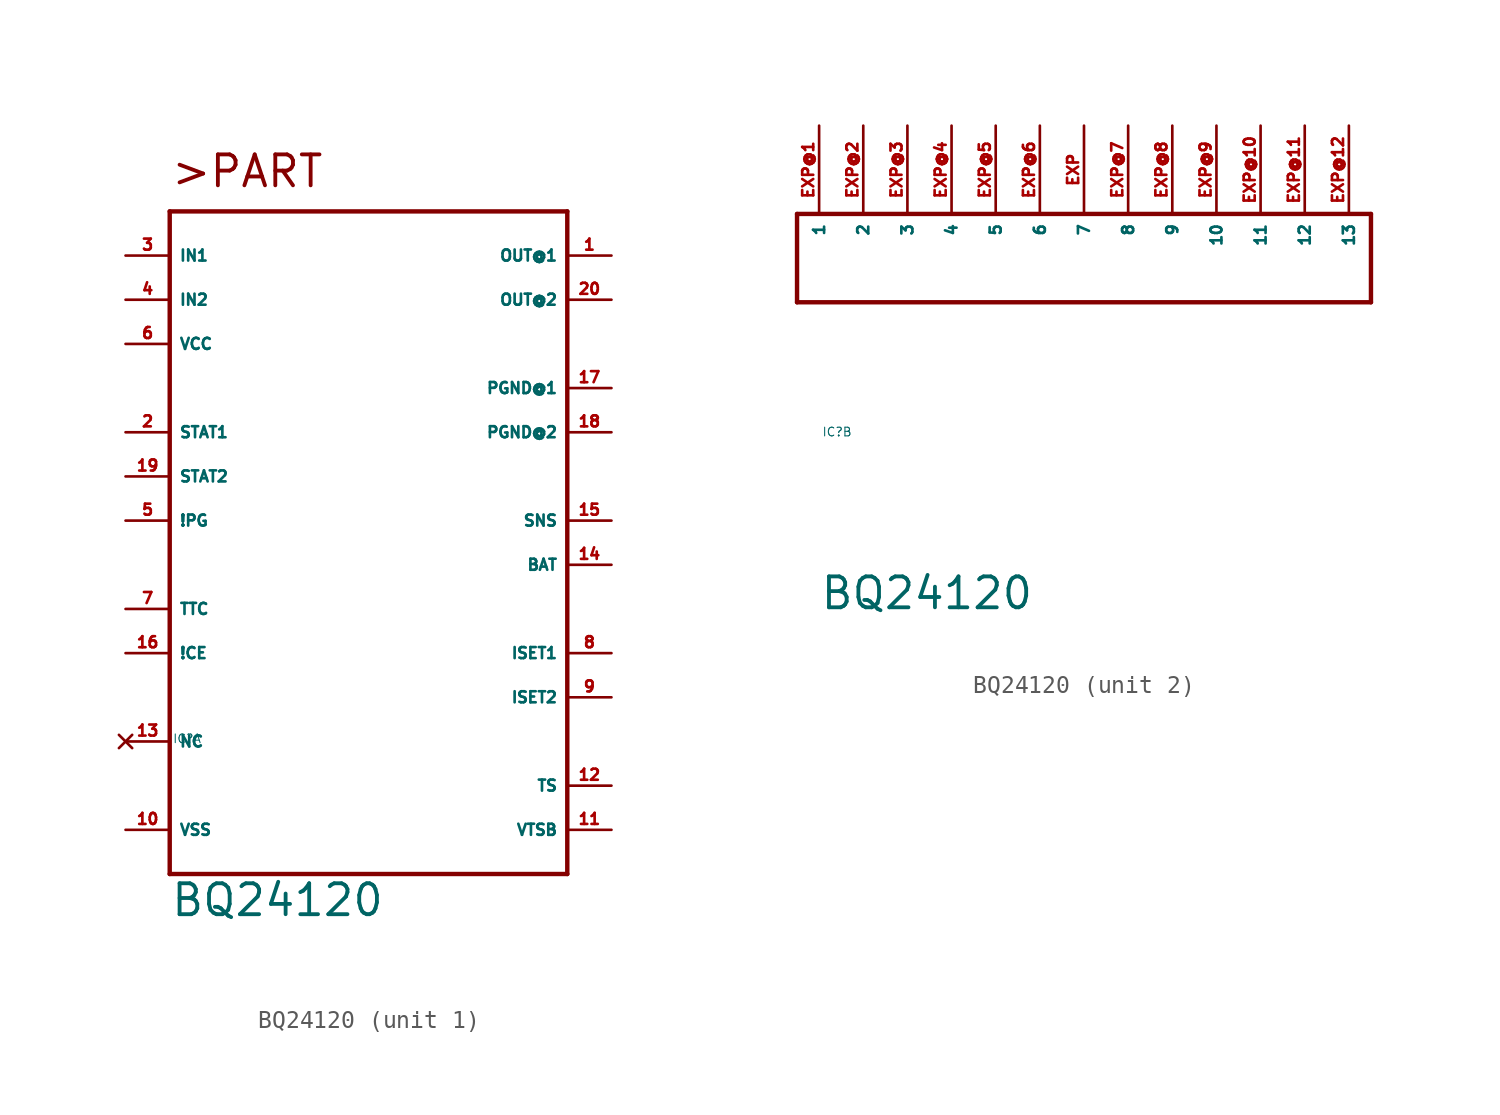
<source format=kicad_sym>
(kicad_symbol_lib
  (version 20220914)
  (generator Eagle2Kicad)
  (symbol "BQ24120"
    (property "Reference" "IC"
      (at -10 -10 0)
      (effects (font (size 0.5 0.5) (thickness 0.06)) (justify left)))
    (property "Value" "BQ24120"
      (at -10.16 -20.32 0)
      (effects (font (size 1.778 1.778) (thickness 0.22)) (justify left bottom)))
    (symbol "BQ24120_1_0"
      (polyline (pts (xy -10.16 20.32) (xy 12.7 20.32)) (stroke (width 0.254) (type default)) (fill (type none)))
      (polyline (pts (xy 12.7 20.32) (xy 12.7 -17.78)) (stroke (width 0.254) (type default)) (fill (type none)))
      (polyline (pts (xy 12.7 -17.78) (xy -10.16 -17.78)) (stroke (width 0.254) (type default)) (fill (type none)))
      (polyline (pts (xy -10.16 -17.78) (xy -10.16 20.32)) (stroke (width 0.254) (type default)) (fill (type none)))
      (text ">PART" (at -10.16 21.59 0) (effects (font (size 1.778 1.778) (thickness 0.22)) (justify left bottom)))
      (pin output line (at 15.24 17.78 180) (length 2.54) (name "OUT@1" (effects (font (size 0.635 0.635) (thickness 0.08)) (justify left bottom))) (number "1" (effects (font (size 0.635 0.635) (thickness 0.08)) (justify left bottom))))
      (pin output line (at -12.7 7.62 0) (length 2.54) (name "STAT1" (effects (font (size 0.635 0.635) (thickness 0.08)) (justify left bottom))) (number "2" (effects (font (size 0.635 0.635) (thickness 0.08)) (justify left bottom))))
      (pin input line (at -12.7 17.78 0) (length 2.54) (name "IN1" (effects (font (size 0.635 0.635) (thickness 0.08)) (justify left bottom))) (number "3" (effects (font (size 0.635 0.635) (thickness 0.08)) (justify left bottom))))
      (pin input line (at -12.7 15.24 0) (length 2.54) (name "IN2" (effects (font (size 0.635 0.635) (thickness 0.08)) (justify left bottom))) (number "4" (effects (font (size 0.635 0.635) (thickness 0.08)) (justify left bottom))))
      (pin output line (at -12.7 2.54 0) (length 2.54) (name "!PG" (effects (font (size 0.635 0.635) (thickness 0.08)) (justify left bottom))) (number "5" (effects (font (size 0.635 0.635) (thickness 0.08)) (justify left bottom))))
      (pin input line (at -12.7 12.7 0) (length 2.54) (name "VCC" (effects (font (size 0.635 0.635) (thickness 0.08)) (justify left bottom))) (number "6" (effects (font (size 0.635 0.635) (thickness 0.08)) (justify left bottom))))
      (pin passive line (at -12.7 -2.54 0) (length 2.54) (name "TTC" (effects (font (size 0.635 0.635) (thickness 0.08)) (justify left bottom))) (number "7" (effects (font (size 0.635 0.635) (thickness 0.08)) (justify left bottom))))
      (pin bidirectional line (at 15.24 -5.08 180) (length 2.54) (name "ISET1" (effects (font (size 0.635 0.635) (thickness 0.08)) (justify left bottom))) (number "8" (effects (font (size 0.635 0.635) (thickness 0.08)) (justify left bottom))))
      (pin bidirectional line (at 15.24 -7.62 180) (length 2.54) (name "ISET2" (effects (font (size 0.635 0.635) (thickness 0.08)) (justify left bottom))) (number "9" (effects (font (size 0.635 0.635) (thickness 0.08)) (justify left bottom))))
      (pin unspecified line (at -12.7 -15.24 0) (length 2.54) (name "VSS" (effects (font (size 0.635 0.635) (thickness 0.08)) (justify left bottom))) (number "10" (effects (font (size 0.635 0.635) (thickness 0.08)) (justify left bottom))))
      (pin output line (at 15.24 -15.24 180) (length 2.54) (name "VTSB" (effects (font (size 0.635 0.635) (thickness 0.08)) (justify left bottom))) (number "11" (effects (font (size 0.635 0.635) (thickness 0.08)) (justify left bottom))))
      (pin input line (at 15.24 -12.7 180) (length 2.54) (name "TS" (effects (font (size 0.635 0.635) (thickness 0.08)) (justify left bottom))) (number "12" (effects (font (size 0.635 0.635) (thickness 0.08)) (justify left bottom))))
      (pin no_connect line (at -12.7 -10.16 0) (length 2.54) (name "NC" (effects (font (size 0.635 0.635) (thickness 0.08)) (justify left bottom) hide)) (number "13" (effects (font (size 0.635 0.635) (thickness 0.08)) (justify left bottom) hide)))
      (pin input line (at 15.24 0 180) (length 2.54) (name "BAT" (effects (font (size 0.635 0.635) (thickness 0.08)) (justify left bottom))) (number "14" (effects (font (size 0.635 0.635) (thickness 0.08)) (justify left bottom))))
      (pin input line (at 15.24 2.54 180) (length 2.54) (name "SNS" (effects (font (size 0.635 0.635) (thickness 0.08)) (justify left bottom))) (number "15" (effects (font (size 0.635 0.635) (thickness 0.08)) (justify left bottom))))
      (pin input line (at -12.7 -5.08 0) (length 2.54) (name "!CE" (effects (font (size 0.635 0.635) (thickness 0.08)) (justify left bottom))) (number "16" (effects (font (size 0.635 0.635) (thickness 0.08)) (justify left bottom))))
      (pin input line (at 15.24 10.16 180) (length 2.54) (name "PGND@1" (effects (font (size 0.635 0.635) (thickness 0.08)) (justify left bottom))) (number "17" (effects (font (size 0.635 0.635) (thickness 0.08)) (justify left bottom))))
      (pin input line (at 15.24 7.62 180) (length 2.54) (name "PGND@2" (effects (font (size 0.635 0.635) (thickness 0.08)) (justify left bottom))) (number "18" (effects (font (size 0.635 0.635) (thickness 0.08)) (justify left bottom))))
      (pin output line (at -12.7 5.08 0) (length 2.54) (name "STAT2" (effects (font (size 0.635 0.635) (thickness 0.08)) (justify left bottom))) (number "19" (effects (font (size 0.635 0.635) (thickness 0.08)) (justify left bottom))))
      (pin input line (at 15.24 15.24 180) (length 2.54) (name "OUT@2" (effects (font (size 0.635 0.635) (thickness 0.08)) (justify left bottom))) (number "20" (effects (font (size 0.635 0.635) (thickness 0.08)) (justify left bottom)))))
    (symbol "BQ24120_2_0"
      (polyline (pts (xy -11.43 2.54) (xy -11.43 -2.54)) (stroke (width 0.254) (type default)) (fill (type none)))
      (polyline (pts (xy -11.43 -2.54) (xy 21.59 -2.54)) (stroke (width 0.254) (type default)) (fill (type none)))
      (polyline (pts (xy 21.59 -2.54) (xy 21.59 2.54)) (stroke (width 0.254) (type default)) (fill (type none)))
      (polyline (pts (xy 21.59 2.54) (xy -11.43 2.54)) (stroke (width 0.254) (type default)) (fill (type none)))
      (pin input line (at -10.16 7.62 270) (length 5.08) (name "1" (effects (font (size 0.635 0.635) (thickness 0.08)) (justify left bottom))) (number "EXP@1" (effects (font (size 0.635 0.635) (thickness 0.08)) (justify left bottom))))
      (pin input line (at -7.62 7.62 270) (length 5.08) (name "2" (effects (font (size 0.635 0.635) (thickness 0.08)) (justify left bottom))) (number "EXP@2" (effects (font (size 0.635 0.635) (thickness 0.08)) (justify left bottom))))
      (pin input line (at -5.08 7.62 270) (length 5.08) (name "3" (effects (font (size 0.635 0.635) (thickness 0.08)) (justify left bottom))) (number "EXP@3" (effects (font (size 0.635 0.635) (thickness 0.08)) (justify left bottom))))
      (pin input line (at -2.54 7.62 270) (length 5.08) (name "4" (effects (font (size 0.635 0.635) (thickness 0.08)) (justify left bottom))) (number "EXP@4" (effects (font (size 0.635 0.635) (thickness 0.08)) (justify left bottom))))
      (pin input line (at 0 7.62 270) (length 5.08) (name "5" (effects (font (size 0.635 0.635) (thickness 0.08)) (justify left bottom))) (number "EXP@5" (effects (font (size 0.635 0.635) (thickness 0.08)) (justify left bottom))))
      (pin input line (at 2.54 7.62 270) (length 5.08) (name "6" (effects (font (size 0.635 0.635) (thickness 0.08)) (justify left bottom))) (number "EXP@6" (effects (font (size 0.635 0.635) (thickness 0.08)) (justify left bottom))))
      (pin input line (at 5.08 7.62 270) (length 5.08) (name "7" (effects (font (size 0.635 0.635) (thickness 0.08)) (justify left bottom))) (number "EXP" (effects (font (size 0.635 0.635) (thickness 0.08)) (justify left bottom))))
      (pin input line (at 7.62 7.62 270) (length 5.08) (name "8" (effects (font (size 0.635 0.635) (thickness 0.08)) (justify left bottom))) (number "EXP@7" (effects (font (size 0.635 0.635) (thickness 0.08)) (justify left bottom))))
      (pin input line (at 10.16 7.62 270) (length 5.08) (name "9" (effects (font (size 0.635 0.635) (thickness 0.08)) (justify left bottom))) (number "EXP@8" (effects (font (size 0.635 0.635) (thickness 0.08)) (justify left bottom))))
      (pin input line (at 12.7 7.62 270) (length 5.08) (name "10" (effects (font (size 0.635 0.635) (thickness 0.08)) (justify left bottom))) (number "EXP@9" (effects (font (size 0.635 0.635) (thickness 0.08)) (justify left bottom))))
      (pin input line (at 15.24 7.62 270) (length 5.08) (name "11" (effects (font (size 0.635 0.635) (thickness 0.08)) (justify left bottom))) (number "EXP@10" (effects (font (size 0.635 0.635) (thickness 0.08)) (justify left bottom))))
      (pin input line (at 17.78 7.62 270) (length 5.08) (name "12" (effects (font (size 0.635 0.635) (thickness 0.08)) (justify left bottom))) (number "EXP@11" (effects (font (size 0.635 0.635) (thickness 0.08)) (justify left bottom))))
      (pin input line (at 20.32 7.62 270) (length 5.08) (name "13" (effects (font (size 0.635 0.635) (thickness 0.08)) (justify left bottom))) (number "EXP@12" (effects (font (size 0.635 0.635) (thickness 0.08)) (justify left bottom)))))))
</source>
